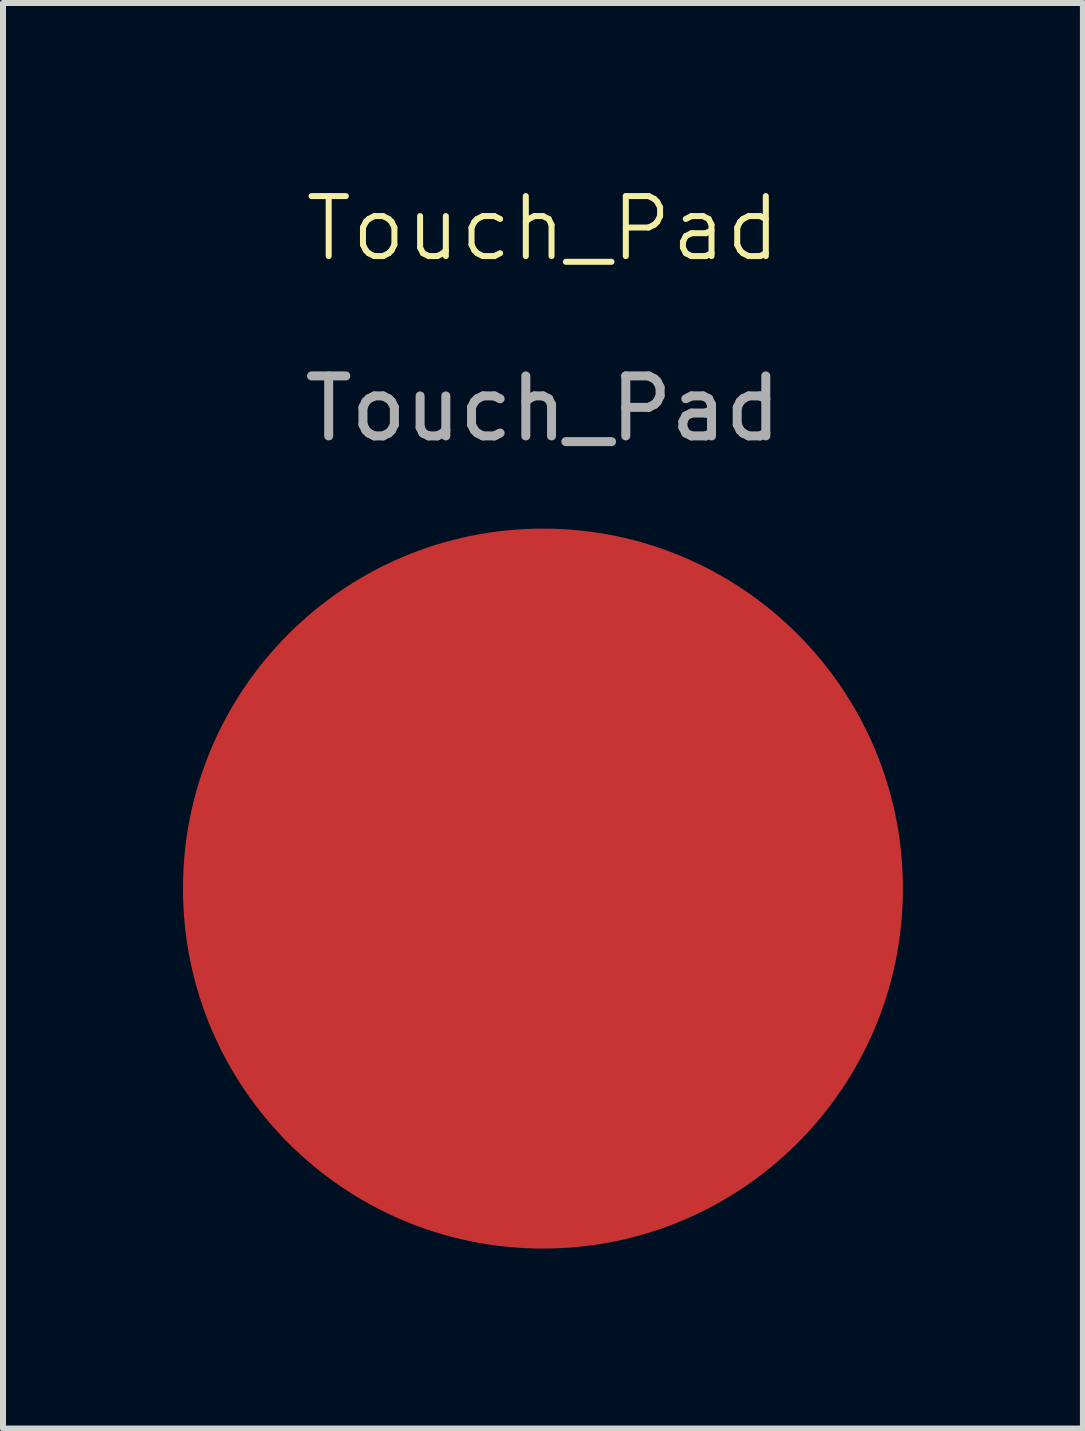
<source format=kicad_pcb>
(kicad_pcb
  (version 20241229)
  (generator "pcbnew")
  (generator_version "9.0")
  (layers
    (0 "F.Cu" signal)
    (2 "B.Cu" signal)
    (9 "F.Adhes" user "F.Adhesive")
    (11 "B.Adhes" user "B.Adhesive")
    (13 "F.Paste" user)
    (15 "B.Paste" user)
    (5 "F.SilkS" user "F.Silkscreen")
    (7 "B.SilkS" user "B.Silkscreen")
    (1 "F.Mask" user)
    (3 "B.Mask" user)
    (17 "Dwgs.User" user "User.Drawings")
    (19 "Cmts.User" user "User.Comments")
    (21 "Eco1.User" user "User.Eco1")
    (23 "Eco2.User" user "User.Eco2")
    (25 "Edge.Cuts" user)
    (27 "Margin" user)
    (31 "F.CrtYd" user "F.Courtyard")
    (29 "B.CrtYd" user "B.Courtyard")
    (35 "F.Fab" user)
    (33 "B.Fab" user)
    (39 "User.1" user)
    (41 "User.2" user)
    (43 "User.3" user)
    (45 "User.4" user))
  (footprint "Touch_Pad"
    (layer "F.Cu")
    (at 6 11.761)
    (property "Reference" "Touch_Pad" (at 0 -11 0) (unlocked yes) (layer "F.SilkS") (effects (font (size 1 1) (thickness 0.1))))
    (attr smd)
    (fp_text user "${REFERENCE}" (at 0 -8 0) (unlocked yes) (layer "F.Fab") (effects (font (size 1 1) (thickness 0.15))))
    (pad "1" smd circle (at 0 0 180) (size 12 12) (layers "F.Cu")))
  (gr_rect
    (start -3 -3)
    (end 15 20.761)
    (stroke (width 0.1) (type default))
    (fill no)
    (layer "Edge.Cuts")))
</source>
